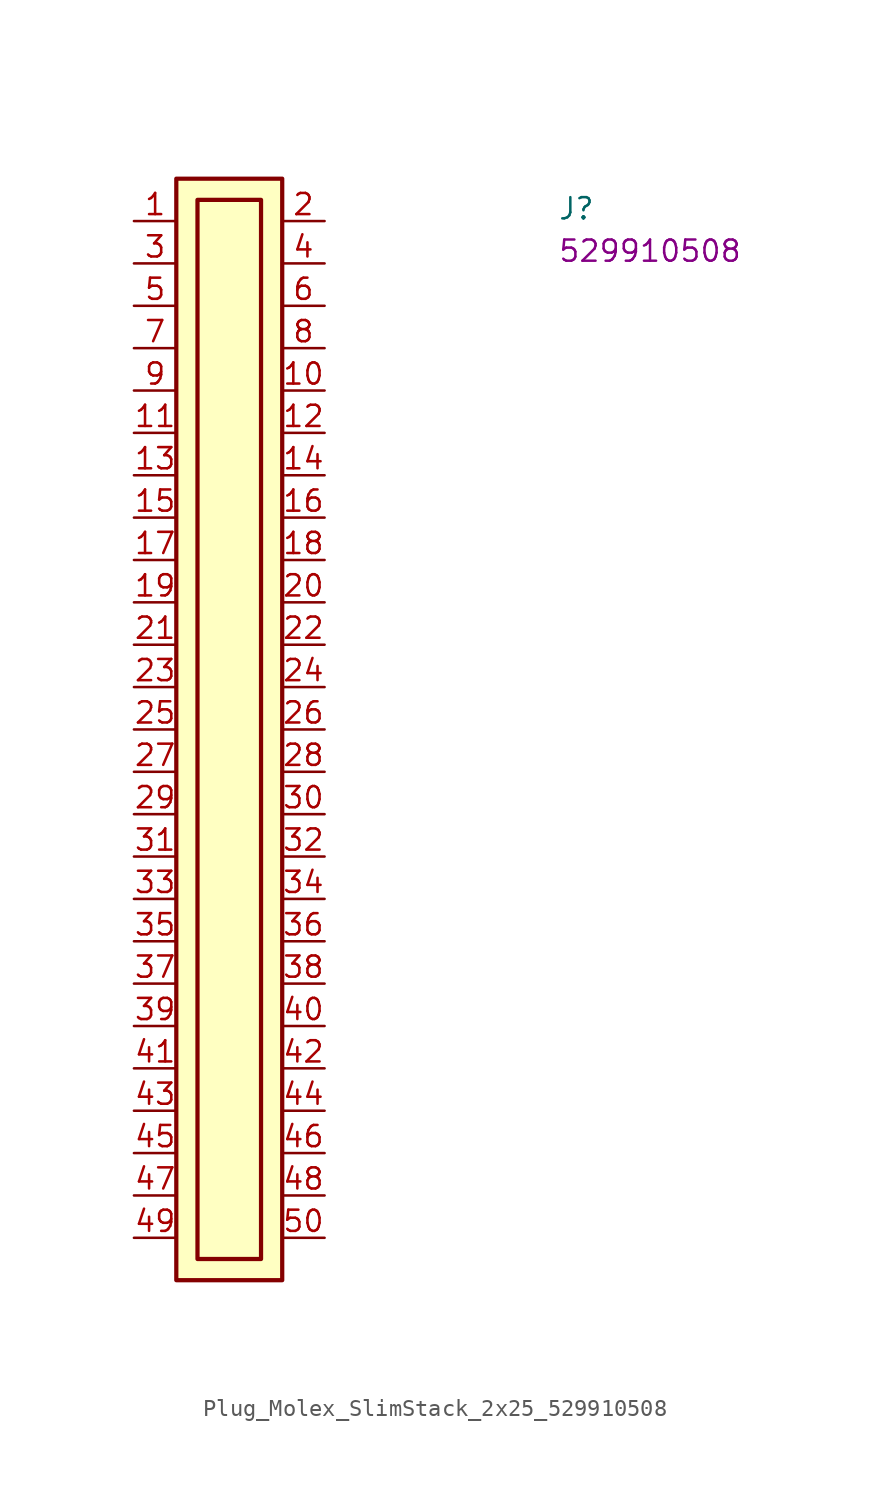
<source format=kicad_sym>
(kicad_symbol_lib
  (version 20220914)
  (generator kicad_symbol_editor)
  (symbol "Plug_Molex_SlimStack_2x25_529910508"
    (property "Reference" "J"
      (at 25.4 0 0)
      (effects (font (size 1.27 1.27) (thickness 0.15)) (justify left bottom)))
    (property "MPN" "529910508"
      (at 25.4 -2.54 0)
      (effects (font (size 1.27 1.27) (thickness 0.15)) (justify left bottom)))
    (symbol "Plug_Molex_SlimStack_2x25_529910508_1_1"
      (rectangle (start 2.54 2.54) (end 8.89 -63.5) (stroke (width 0.254) (type default)) (fill (type background)))
      (rectangle (start 3.81 1.27) (end 7.62 -62.23) (stroke (width 0.254) (type default)) (fill (type background)))
      (pin passive line (at 0 0 0) (length 2.54) (name "~" (effects (font (size 1.27 1.27)))) (number "1" (effects (font (size 1.27 1.27)))))
      (pin passive line (at 11.43 -10.16 180) (length 2.54) (name "~" (effects (font (size 1.27 1.27)))) (number "10" (effects (font (size 1.27 1.27)))))
      (pin passive line (at 0 -12.7 0) (length 2.54) (name "~" (effects (font (size 1.27 1.27)))) (number "11" (effects (font (size 1.27 1.27)))))
      (pin passive line (at 11.43 -12.7 180) (length 2.54) (name "~" (effects (font (size 1.27 1.27)))) (number "12" (effects (font (size 1.27 1.27)))))
      (pin passive line (at 0 -15.24 0) (length 2.54) (name "~" (effects (font (size 1.27 1.27)))) (number "13" (effects (font (size 1.27 1.27)))))
      (pin passive line (at 11.43 -15.24 180) (length 2.54) (name "~" (effects (font (size 1.27 1.27)))) (number "14" (effects (font (size 1.27 1.27)))))
      (pin passive line (at 0 -17.78 0) (length 2.54) (name "~" (effects (font (size 1.27 1.27)))) (number "15" (effects (font (size 1.27 1.27)))))
      (pin passive line (at 11.43 -17.78 180) (length 2.54) (name "~" (effects (font (size 1.27 1.27)))) (number "16" (effects (font (size 1.27 1.27)))))
      (pin passive line (at 0 -20.32 0) (length 2.54) (name "~" (effects (font (size 1.27 1.27)))) (number "17" (effects (font (size 1.27 1.27)))))
      (pin passive line (at 11.43 -20.32 180) (length 2.54) (name "~" (effects (font (size 1.27 1.27)))) (number "18" (effects (font (size 1.27 1.27)))))
      (pin passive line (at 0 -22.86 0) (length 2.54) (name "~" (effects (font (size 1.27 1.27)))) (number "19" (effects (font (size 1.27 1.27)))))
      (pin passive line (at 11.43 0 180) (length 2.54) (name "~" (effects (font (size 1.27 1.27)))) (number "2" (effects (font (size 1.27 1.27)))))
      (pin passive line (at 11.43 -22.86 180) (length 2.54) (name "~" (effects (font (size 1.27 1.27)))) (number "20" (effects (font (size 1.27 1.27)))))
      (pin passive line (at 0 -25.4 0) (length 2.54) (name "~" (effects (font (size 1.27 1.27)))) (number "21" (effects (font (size 1.27 1.27)))))
      (pin passive line (at 11.43 -25.4 180) (length 2.54) (name "~" (effects (font (size 1.27 1.27)))) (number "22" (effects (font (size 1.27 1.27)))))
      (pin passive line (at 0 -27.94 0) (length 2.54) (name "~" (effects (font (size 1.27 1.27)))) (number "23" (effects (font (size 1.27 1.27)))))
      (pin passive line (at 11.43 -27.94 180) (length 2.54) (name "~" (effects (font (size 1.27 1.27)))) (number "24" (effects (font (size 1.27 1.27)))))
      (pin passive line (at 0 -30.48 0) (length 2.54) (name "~" (effects (font (size 1.27 1.27)))) (number "25" (effects (font (size 1.27 1.27)))))
      (pin passive line (at 11.43 -30.48 180) (length 2.54) (name "~" (effects (font (size 1.27 1.27)))) (number "26" (effects (font (size 1.27 1.27)))))
      (pin passive line (at 0 -33.02 0) (length 2.54) (name "~" (effects (font (size 1.27 1.27)))) (number "27" (effects (font (size 1.27 1.27)))))
      (pin passive line (at 11.43 -33.02 180) (length 2.54) (name "~" (effects (font (size 1.27 1.27)))) (number "28" (effects (font (size 1.27 1.27)))))
      (pin passive line (at 0 -35.56 0) (length 2.54) (name "~" (effects (font (size 1.27 1.27)))) (number "29" (effects (font (size 1.27 1.27)))))
      (pin passive line (at 0 -2.54 0) (length 2.54) (name "~" (effects (font (size 1.27 1.27)))) (number "3" (effects (font (size 1.27 1.27)))))
      (pin passive line (at 11.43 -35.56 180) (length 2.54) (name "~" (effects (font (size 1.27 1.27)))) (number "30" (effects (font (size 1.27 1.27)))))
      (pin passive line (at 0 -38.1 0) (length 2.54) (name "~" (effects (font (size 1.27 1.27)))) (number "31" (effects (font (size 1.27 1.27)))))
      (pin passive line (at 11.43 -38.1 180) (length 2.54) (name "~" (effects (font (size 1.27 1.27)))) (number "32" (effects (font (size 1.27 1.27)))))
      (pin passive line (at 0 -40.64 0) (length 2.54) (name "~" (effects (font (size 1.27 1.27)))) (number "33" (effects (font (size 1.27 1.27)))))
      (pin passive line (at 11.43 -40.64 180) (length 2.54) (name "~" (effects (font (size 1.27 1.27)))) (number "34" (effects (font (size 1.27 1.27)))))
      (pin passive line (at 0 -43.18 0) (length 2.54) (name "~" (effects (font (size 1.27 1.27)))) (number "35" (effects (font (size 1.27 1.27)))))
      (pin passive line (at 11.43 -43.18 180) (length 2.54) (name "~" (effects (font (size 1.27 1.27)))) (number "36" (effects (font (size 1.27 1.27)))))
      (pin passive line (at 0 -45.72 0) (length 2.54) (name "~" (effects (font (size 1.27 1.27)))) (number "37" (effects (font (size 1.27 1.27)))))
      (pin passive line (at 11.43 -45.72 180) (length 2.54) (name "~" (effects (font (size 1.27 1.27)))) (number "38" (effects (font (size 1.27 1.27)))))
      (pin passive line (at 0 -48.26 0) (length 2.54) (name "~" (effects (font (size 1.27 1.27)))) (number "39" (effects (font (size 1.27 1.27)))))
      (pin passive line (at 11.43 -2.54 180) (length 2.54) (name "~" (effects (font (size 1.27 1.27)))) (number "4" (effects (font (size 1.27 1.27)))))
      (pin passive line (at 11.43 -48.26 180) (length 2.54) (name "~" (effects (font (size 1.27 1.27)))) (number "40" (effects (font (size 1.27 1.27)))))
      (pin passive line (at 0 -50.8 0) (length 2.54) (name "~" (effects (font (size 1.27 1.27)))) (number "41" (effects (font (size 1.27 1.27)))))
      (pin passive line (at 11.43 -50.8 180) (length 2.54) (name "~" (effects (font (size 1.27 1.27)))) (number "42" (effects (font (size 1.27 1.27)))))
      (pin passive line (at 0 -53.34 0) (length 2.54) (name "~" (effects (font (size 1.27 1.27)))) (number "43" (effects (font (size 1.27 1.27)))))
      (pin passive line (at 11.43 -53.34 180) (length 2.54) (name "~" (effects (font (size 1.27 1.27)))) (number "44" (effects (font (size 1.27 1.27)))))
      (pin passive line (at 0 -55.88 0) (length 2.54) (name "~" (effects (font (size 1.27 1.27)))) (number "45" (effects (font (size 1.27 1.27)))))
      (pin passive line (at 11.43 -55.88 180) (length 2.54) (name "~" (effects (font (size 1.27 1.27)))) (number "46" (effects (font (size 1.27 1.27)))))
      (pin passive line (at 0 -58.42 0) (length 2.54) (name "~" (effects (font (size 1.27 1.27)))) (number "47" (effects (font (size 1.27 1.27)))))
      (pin passive line (at 11.43 -58.42 180) (length 2.54) (name "~" (effects (font (size 1.27 1.27)))) (number "48" (effects (font (size 1.27 1.27)))))
      (pin passive line (at 0 -60.96 0) (length 2.54) (name "~" (effects (font (size 1.27 1.27)))) (number "49" (effects (font (size 1.27 1.27)))))
      (pin passive line (at 0 -5.08 0) (length 2.54) (name "~" (effects (font (size 1.27 1.27)))) (number "5" (effects (font (size 1.27 1.27)))))
      (pin passive line (at 11.43 -60.96 180) (length 2.54) (name "~" (effects (font (size 1.27 1.27)))) (number "50" (effects (font (size 1.27 1.27)))))
      (pin passive line (at 11.43 -5.08 180) (length 2.54) (name "~" (effects (font (size 1.27 1.27)))) (number "6" (effects (font (size 1.27 1.27)))))
      (pin passive line (at 0 -7.62 0) (length 2.54) (name "~" (effects (font (size 1.27 1.27)))) (number "7" (effects (font (size 1.27 1.27)))))
      (pin passive line (at 11.43 -7.62 180) (length 2.54) (name "~" (effects (font (size 1.27 1.27)))) (number "8" (effects (font (size 1.27 1.27)))))
      (pin passive line (at 0 -10.16 0) (length 2.54) (name "~" (effects (font (size 1.27 1.27)))) (number "9" (effects (font (size 1.27 1.27))))))))
</source>
